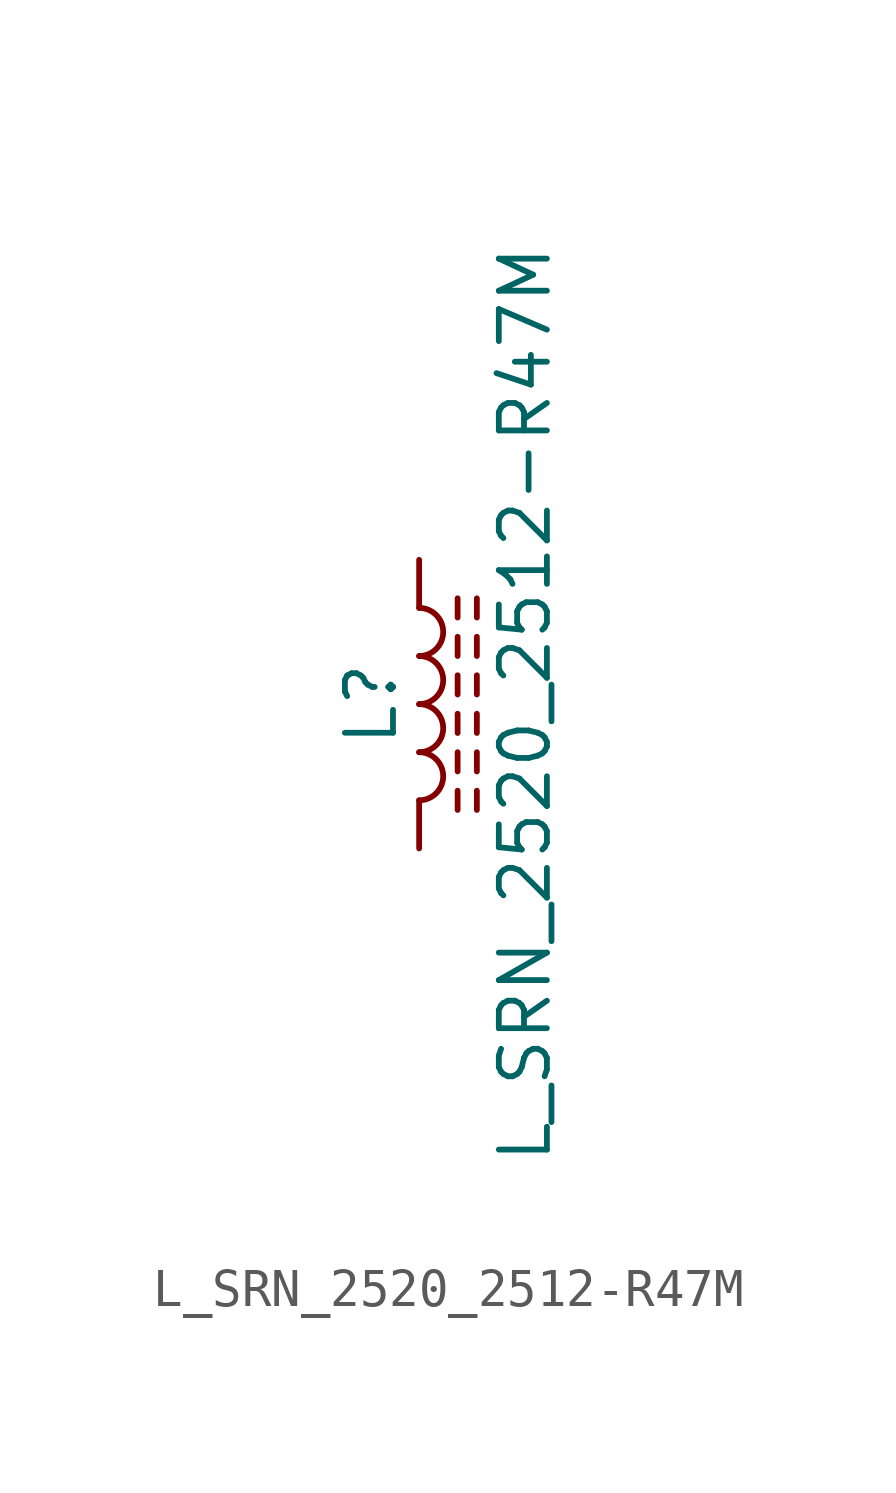
<source format=kicad_sym>
(kicad_symbol_lib
  (version 20211014)
  (generator kicad_symbol_editor)
  (symbol "L_SRN_2520_2512-R47M"
    (pin_numbers hide)
    (pin_names
      (offset 1.016) hide)
    (property "Reference" "L"
      (at -1.27 0 90)
      (effects (font (size 1.27 1.27))))
    (property "Value" "L_SRN_2520_2512-R47M"
      (at 2.794 0 90)
      (effects (font (size 1.27 1.27))))
    (symbol "L_SRN_2520_2512-R47M_0_1"
      (arc (start 0 -2.54) (mid 0.635 -1.905) (end 0 -1.27) (stroke (width 0) (type default) (color 0 0 0 0)) (fill (type none)))
      (arc (start 0 -1.27) (mid 0.635 -0.635) (end 0 0) (stroke (width 0) (type default) (color 0 0 0 0)) (fill (type none)))
      (polyline (pts (xy 1.016 -2.794) (xy 1.016 -2.286)) (stroke (width 0) (type default) (color 0 0 0 0)) (fill (type none)))
      (polyline (pts (xy 1.016 -1.778) (xy 1.016 -1.27)) (stroke (width 0) (type default) (color 0 0 0 0)) (fill (type none)))
      (polyline (pts (xy 1.016 -0.762) (xy 1.016 -0.254)) (stroke (width 0) (type default) (color 0 0 0 0)) (fill (type none)))
      (polyline (pts (xy 1.016 0.254) (xy 1.016 0.762)) (stroke (width 0) (type default) (color 0 0 0 0)) (fill (type none)))
      (polyline (pts (xy 1.016 1.27) (xy 1.016 1.778)) (stroke (width 0) (type default) (color 0 0 0 0)) (fill (type none)))
      (polyline (pts (xy 1.016 2.286) (xy 1.016 2.794)) (stroke (width 0) (type default) (color 0 0 0 0)) (fill (type none)))
      (polyline (pts (xy 1.524 -2.286) (xy 1.524 -2.794)) (stroke (width 0) (type default) (color 0 0 0 0)) (fill (type none)))
      (polyline (pts (xy 1.524 -1.27) (xy 1.524 -1.778)) (stroke (width 0) (type default) (color 0 0 0 0)) (fill (type none)))
      (polyline (pts (xy 1.524 -0.254) (xy 1.524 -0.762)) (stroke (width 0) (type default) (color 0 0 0 0)) (fill (type none)))
      (polyline (pts (xy 1.524 0.762) (xy 1.524 0.254)) (stroke (width 0) (type default) (color 0 0 0 0)) (fill (type none)))
      (polyline (pts (xy 1.524 1.778) (xy 1.524 1.27)) (stroke (width 0) (type default) (color 0 0 0 0)) (fill (type none)))
      (polyline (pts (xy 1.524 2.794) (xy 1.524 2.286)) (stroke (width 0) (type default) (color 0 0 0 0)) (fill (type none)))
      (arc (start 0 0) (mid 0.635 0.635) (end 0 1.27) (stroke (width 0) (type default) (color 0 0 0 0)) (fill (type none)))
      (arc (start 0 1.27) (mid 0.635 1.905) (end 0 2.54) (stroke (width 0) (type default) (color 0 0 0 0)) (fill (type none))))
    (symbol "L_SRN_2520_2512-R47M_1_1"
      (pin passive line (at 0 3.81 270) (length 1.27) (name "1" (effects (font (size 1.27 1.27)))) (number "1" (effects (font (size 1.27 1.27)))))
      (pin passive line (at 0 -3.81 90) (length 1.27) (name "2" (effects (font (size 1.27 1.27)))) (number "2" (effects (font (size 1.27 1.27))))))))
</source>
